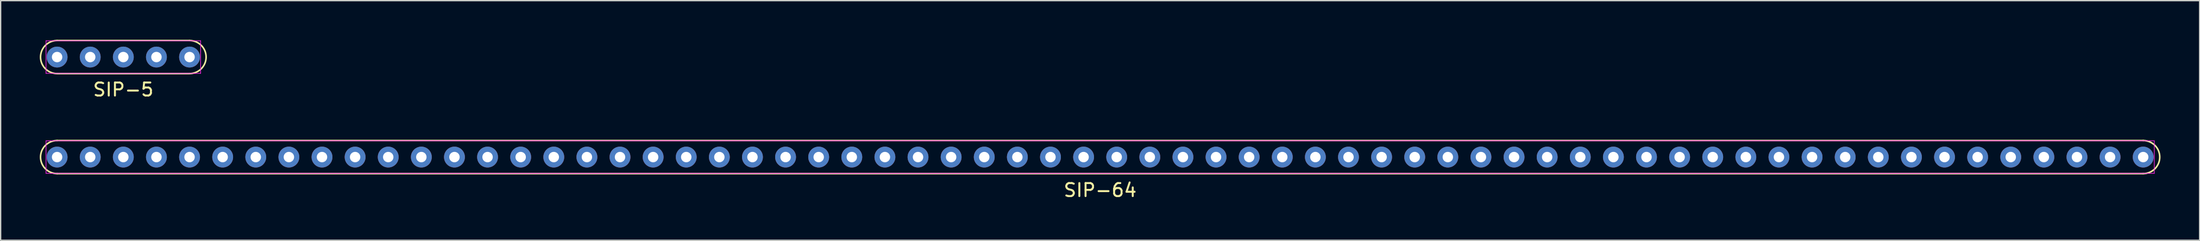
<source format=kicad_pcb>
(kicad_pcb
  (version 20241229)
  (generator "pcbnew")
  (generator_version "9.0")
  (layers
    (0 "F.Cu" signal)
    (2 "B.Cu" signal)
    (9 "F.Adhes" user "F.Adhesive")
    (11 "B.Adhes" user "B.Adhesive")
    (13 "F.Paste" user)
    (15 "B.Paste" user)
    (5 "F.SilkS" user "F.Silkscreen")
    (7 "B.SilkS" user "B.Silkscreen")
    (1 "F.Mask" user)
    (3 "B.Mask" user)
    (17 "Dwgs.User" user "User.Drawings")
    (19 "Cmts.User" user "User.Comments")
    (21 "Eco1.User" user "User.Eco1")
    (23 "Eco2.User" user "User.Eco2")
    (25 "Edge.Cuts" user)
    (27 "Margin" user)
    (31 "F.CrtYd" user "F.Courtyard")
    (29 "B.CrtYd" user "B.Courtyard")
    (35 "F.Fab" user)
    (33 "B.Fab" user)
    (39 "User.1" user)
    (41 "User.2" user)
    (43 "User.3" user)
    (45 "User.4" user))
  (footprint "SIP-64"
    (layer "F.Cu")
    (at 80.07 9.008)
    (property "Reference" "SIP-64" (at 1.27 2.54 0) (layer "F.SilkS") (effects (font (size 1 1) (thickness 0.15))))
    (attr through_hole)
    (fp_line (start -78.74 -1.27) (end 81.28 -1.27) (stroke (width 0.12) (type solid)) (layer "F.SilkS"))
    (fp_line (start 81.28 1.27) (end -78.74 1.27) (stroke (width 0.12) (type solid)) (layer "F.SilkS"))
    (fp_arc (start -78.74 1.27) (mid -80.01 0) (end -78.74 -1.27) (stroke (width 0.12) (type solid)) (layer "F.SilkS"))
    (fp_arc (start 81.28 -1.27) (mid 82.55 0) (end 81.28 1.27) (stroke (width 0.12) (type solid)) (layer "F.SilkS"))
    (fp_line (start -79.59 -1.25) (end 82.13 -1.25) (stroke (width 0.05) (type solid)) (layer "F.CrtYd"))
    (fp_line (start -79.59 1.25) (end -79.59 -1.25) (stroke (width 0.05) (type solid)) (layer "F.CrtYd"))
    (fp_line (start 82.13 -1.25) (end 82.13 1.25) (stroke (width 0.05) (type solid)) (layer "F.CrtYd"))
    (fp_line (start 82.13 1.25) (end -79.59 1.25) (stroke (width 0.05) (type solid)) (layer "F.CrtYd"))
    (pad "1" thru_hole circle (at -78.74 0) (size 1.6 1.6) (drill 0.8) (layers "*.Cu" "*.Mask"))
    (pad "2" thru_hole circle (at -76.2 0) (size 1.6 1.6) (drill 0.8) (layers "*.Cu" "*.Mask"))
    (pad "3" thru_hole circle (at -73.66 0) (size 1.6 1.6) (drill 0.8) (layers "*.Cu" "*.Mask"))
    (pad "4" thru_hole circle (at -71.12 0) (size 1.6 1.6) (drill 0.8) (layers "*.Cu" "*.Mask"))
    (pad "5" thru_hole circle (at -68.58 0) (size 1.6 1.6) (drill 0.8) (layers "*.Cu" "*.Mask"))
    (pad "6" thru_hole circle (at -66.04 0) (size 1.6 1.6) (drill 0.8) (layers "*.Cu" "*.Mask"))
    (pad "7" thru_hole circle (at -63.5 0) (size 1.6 1.6) (drill 0.8) (layers "*.Cu" "*.Mask"))
    (pad "8" thru_hole circle (at -60.96 0) (size 1.6 1.6) (drill 0.8) (layers "*.Cu" "*.Mask"))
    (pad "9" thru_hole circle (at -58.42 0) (size 1.6 1.6) (drill 0.8) (layers "*.Cu" "*.Mask"))
    (pad "10" thru_hole circle (at -55.88 0) (size 1.6 1.6) (drill 0.8) (layers "*.Cu" "*.Mask"))
    (pad "11" thru_hole circle (at -53.34 0) (size 1.6 1.6) (drill 0.8) (layers "*.Cu" "*.Mask"))
    (pad "12" thru_hole circle (at -50.8 0) (size 1.6 1.6) (drill 0.8) (layers "*.Cu" "*.Mask"))
    (pad "13" thru_hole circle (at -48.26 0) (size 1.6 1.6) (drill 0.8) (layers "*.Cu" "*.Mask"))
    (pad "14" thru_hole circle (at -45.72 0) (size 1.6 1.6) (drill 0.8) (layers "*.Cu" "*.Mask"))
    (pad "15" thru_hole circle (at -43.18 0) (size 1.6 1.6) (drill 0.8) (layers "*.Cu" "*.Mask"))
    (pad "16" thru_hole circle (at -40.64 0) (size 1.6 1.6) (drill 0.8) (layers "*.Cu" "*.Mask"))
    (pad "17" thru_hole circle (at -38.1 0) (size 1.6 1.6) (drill 0.8) (layers "*.Cu" "*.Mask"))
    (pad "18" thru_hole circle (at -35.56 0) (size 1.6 1.6) (drill 0.8) (layers "*.Cu" "*.Mask"))
    (pad "19" thru_hole circle (at -33.02 0) (size 1.6 1.6) (drill 0.8) (layers "*.Cu" "*.Mask"))
    (pad "20" thru_hole circle (at -30.48 0) (size 1.6 1.6) (drill 0.8) (layers "*.Cu" "*.Mask"))
    (pad "21" thru_hole circle (at -27.94 0) (size 1.6 1.6) (drill 0.8) (layers "*.Cu" "*.Mask"))
    (pad "22" thru_hole circle (at -25.4 0) (size 1.6 1.6) (drill 0.8) (layers "*.Cu" "*.Mask"))
    (pad "23" thru_hole circle (at -22.86 0) (size 1.6 1.6) (drill 0.8) (layers "*.Cu" "*.Mask"))
    (pad "24" thru_hole circle (at -20.32 0) (size 1.6 1.6) (drill 0.8) (layers "*.Cu" "*.Mask"))
    (pad "25" thru_hole circle (at -17.78 0) (size 1.6 1.6) (drill 0.8) (layers "*.Cu" "*.Mask"))
    (pad "26" thru_hole circle (at -15.24 0) (size 1.6 1.6) (drill 0.8) (layers "*.Cu" "*.Mask"))
    (pad "27" thru_hole circle (at -12.7 0) (size 1.6 1.6) (drill 0.8) (layers "*.Cu" "*.Mask"))
    (pad "28" thru_hole circle (at -10.16 0) (size 1.6 1.6) (drill 0.8) (layers "*.Cu" "*.Mask"))
    (pad "29" thru_hole circle (at -7.62 0) (size 1.6 1.6) (drill 0.8) (layers "*.Cu" "*.Mask"))
    (pad "30" thru_hole circle (at -5.08 0) (size 1.6 1.6) (drill 0.8) (layers "*.Cu" "*.Mask"))
    (pad "31" thru_hole circle (at -2.54 0) (size 1.6 1.6) (drill 0.8) (layers "*.Cu" "*.Mask"))
    (pad "32" thru_hole circle (at 0 0) (size 1.6 1.6) (drill 0.8) (layers "*.Cu" "*.Mask"))
    (pad "33" thru_hole circle (at 2.54 0) (size 1.6 1.6) (drill 0.8) (layers "*.Cu" "*.Mask"))
    (pad "34" thru_hole circle (at 5.08 0) (size 1.6 1.6) (drill 0.8) (layers "*.Cu" "*.Mask"))
    (pad "35" thru_hole circle (at 7.62 0) (size 1.6 1.6) (drill 0.8) (layers "*.Cu" "*.Mask"))
    (pad "36" thru_hole circle (at 10.16 0) (size 1.6 1.6) (drill 0.8) (layers "*.Cu" "*.Mask"))
    (pad "37" thru_hole circle (at 12.7 0) (size 1.6 1.6) (drill 0.8) (layers "*.Cu" "*.Mask"))
    (pad "38" thru_hole circle (at 15.24 0) (size 1.6 1.6) (drill 0.8) (layers "*.Cu" "*.Mask"))
    (pad "39" thru_hole circle (at 17.78 0) (size 1.6 1.6) (drill 0.8) (layers "*.Cu" "*.Mask"))
    (pad "40" thru_hole circle (at 20.32 0) (size 1.6 1.6) (drill 0.8) (layers "*.Cu" "*.Mask"))
    (pad "41" thru_hole circle (at 22.86 0) (size 1.6 1.6) (drill 0.8) (layers "*.Cu" "*.Mask"))
    (pad "42" thru_hole circle (at 25.4 0) (size 1.6 1.6) (drill 0.8) (layers "*.Cu" "*.Mask"))
    (pad "43" thru_hole circle (at 27.94 0) (size 1.6 1.6) (drill 0.8) (layers "*.Cu" "*.Mask"))
    (pad "44" thru_hole circle (at 30.48 0) (size 1.6 1.6) (drill 0.8) (layers "*.Cu" "*.Mask"))
    (pad "45" thru_hole circle (at 33.02 0) (size 1.6 1.6) (drill 0.8) (layers "*.Cu" "*.Mask"))
    (pad "46" thru_hole circle (at 35.56 0) (size 1.6 1.6) (drill 0.8) (layers "*.Cu" "*.Mask"))
    (pad "47" thru_hole circle (at 38.1 0) (size 1.6 1.6) (drill 0.8) (layers "*.Cu" "*.Mask"))
    (pad "48" thru_hole circle (at 40.64 0) (size 1.6 1.6) (drill 0.8) (layers "*.Cu" "*.Mask"))
    (pad "49" thru_hole circle (at 43.18 0) (size 1.6 1.6) (drill 0.8) (layers "*.Cu" "*.Mask"))
    (pad "50" thru_hole circle (at 45.72 0) (size 1.6 1.6) (drill 0.8) (layers "*.Cu" "*.Mask"))
    (pad "51" thru_hole circle (at 48.26 0) (size 1.6 1.6) (drill 0.8) (layers "*.Cu" "*.Mask"))
    (pad "52" thru_hole circle (at 50.8 0) (size 1.6 1.6) (drill 0.8) (layers "*.Cu" "*.Mask"))
    (pad "53" thru_hole circle (at 53.34 0) (size 1.6 1.6) (drill 0.8) (layers "*.Cu" "*.Mask"))
    (pad "54" thru_hole circle (at 55.88 0) (size 1.6 1.6) (drill 0.8) (layers "*.Cu" "*.Mask"))
    (pad "55" thru_hole circle (at 58.42 0) (size 1.6 1.6) (drill 0.8) (layers "*.Cu" "*.Mask"))
    (pad "56" thru_hole circle (at 60.96 0) (size 1.6 1.6) (drill 0.8) (layers "*.Cu" "*.Mask"))
    (pad "57" thru_hole circle (at 63.5 0) (size 1.6 1.6) (drill 0.8) (layers "*.Cu" "*.Mask"))
    (pad "58" thru_hole circle (at 66.04 0) (size 1.6 1.6) (drill 0.8) (layers "*.Cu" "*.Mask"))
    (pad "59" thru_hole circle (at 68.58 0) (size 1.6 1.6) (drill 0.8) (layers "*.Cu" "*.Mask"))
    (pad "60" thru_hole circle (at 71.12 0) (size 1.6 1.6) (drill 0.8) (layers "*.Cu" "*.Mask"))
    (pad "61" thru_hole circle (at 73.66 0) (size 1.6 1.6) (drill 0.8) (layers "*.Cu" "*.Mask"))
    (pad "62" thru_hole circle (at 76.2 0) (size 1.6 1.6) (drill 0.8) (layers "*.Cu" "*.Mask"))
    (pad "63" thru_hole circle (at 78.74 0) (size 1.6 1.6) (drill 0.8) (layers "*.Cu" "*.Mask"))
    (pad "64" thru_hole circle (at 81.28 0) (size 1.6 1.6) (drill 0.8) (layers "*.Cu" "*.Mask")))
  (footprint "SIP-5"
    (layer "F.Cu")
    (at 6.41 1.33)
    (property "Reference" "SIP-5" (at 0 2.5 0) (layer "F.SilkS") (effects (font (size 1 1) (thickness 0.15))))
    (attr through_hole)
    (fp_line (start -5.08 -1.27) (end 5.08 -1.27) (stroke (width 0.12) (type solid)) (layer "F.SilkS"))
    (fp_line (start 5.08 1.27) (end -5.08 1.27) (stroke (width 0.12) (type solid)) (layer "F.SilkS"))
    (fp_arc (start -5.08 1.27) (mid -6.35 0) (end -5.08 -1.27) (stroke (width 0.12) (type solid)) (layer "F.SilkS"))
    (fp_arc (start 5.08 -1.27) (mid 6.35 0) (end 5.08 1.27) (stroke (width 0.12) (type solid)) (layer "F.SilkS"))
    (fp_line (start -5.93 -1.25) (end 5.93 -1.25) (stroke (width 0.05) (type solid)) (layer "F.CrtYd"))
    (fp_line (start -5.93 1.25) (end -5.93 -1.25) (stroke (width 0.05) (type solid)) (layer "F.CrtYd"))
    (fp_line (start 5.93 -1.25) (end 5.93 1.25) (stroke (width 0.05) (type solid)) (layer "F.CrtYd"))
    (fp_line (start 5.93 1.25) (end -5.93 1.25) (stroke (width 0.05) (type solid)) (layer "F.CrtYd"))
    (pad "1" thru_hole circle (at -5.08 0) (size 1.6 1.6) (drill 0.8) (layers "*.Cu" "*.Mask"))
    (pad "2" thru_hole circle (at -2.54 0) (size 1.6 1.6) (drill 0.8) (layers "*.Cu" "*.Mask"))
    (pad "3" thru_hole circle (at 0 0) (size 1.6 1.6) (drill 0.8) (layers "*.Cu" "*.Mask"))
    (pad "4" thru_hole circle (at 2.54 0) (size 1.6 1.6) (drill 0.8) (layers "*.Cu" "*.Mask"))
    (pad "5" thru_hole circle (at 5.08 0) (size 1.6 1.6) (drill 0.8) (layers "*.Cu" "*.Mask")))
  (gr_rect
    (start -3 -3)
    (end 165.68 15.396)
    (stroke (width 0.1) (type default))
    (fill no)
    (layer "Edge.Cuts")))
</source>
